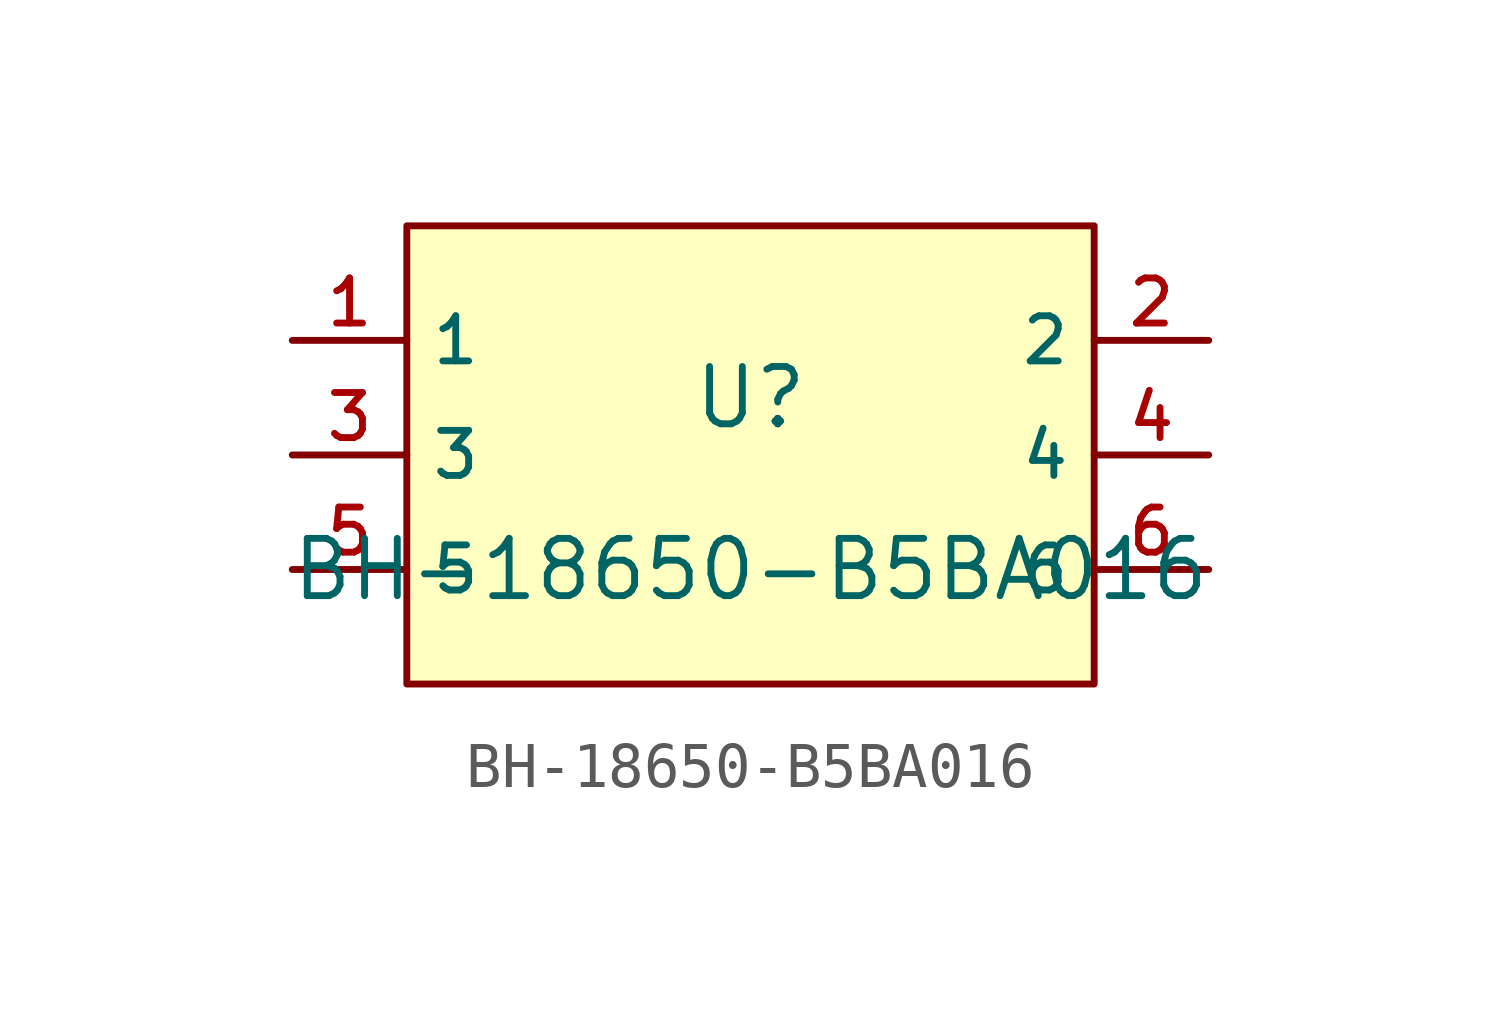
<source format=kicad_sym>
(kicad_symbol_lib
  (version 20210201)
  (generator TousstNicolas/JLC2KiCad_lib)
  (symbol "BH-18650-B5BA016"
    (property "Reference" "U"
      (at 0 1.27 0)
      (effects (font (size 1.27 1.27))))
    (property "Value" "BH-18650-B5BA016"
      (at 0 -2.54 0)
      (effects (font (size 1.27 1.27))))
    (symbol "BH-18650-B5BA016_0_1"
      (rectangle (start -7.62 5.08) (end 7.62 -5.08) (stroke (width 0) (type default) (color 0 0 0 0)) (fill (type background)))
      (pin unspecified line (at -10.16 2.54 0) (length 2.54) (name "1" (effects (font (size 1 1)))) (number "1" (effects (font (size 1 1)))))
      (pin unspecified line (at 10.16 -2.54 180) (length 2.54) (name "6" (effects (font (size 1 1)))) (number "6" (effects (font (size 1 1)))))
      (pin unspecified line (at -10.16 -0.0 0) (length 2.54) (name "3" (effects (font (size 1 1)))) (number "3" (effects (font (size 1 1)))))
      (pin unspecified line (at 10.16 -0.0 180) (length 2.54) (name "4" (effects (font (size 1 1)))) (number "4" (effects (font (size 1 1)))))
      (pin unspecified line (at -10.16 -2.54 0) (length 2.54) (name "5" (effects (font (size 1 1)))) (number "5" (effects (font (size 1 1)))))
      (pin unspecified line (at 10.16 2.54 180) (length 2.54) (name "2" (effects (font (size 1 1)))) (number "2" (effects (font (size 1 1))))))))
</source>
